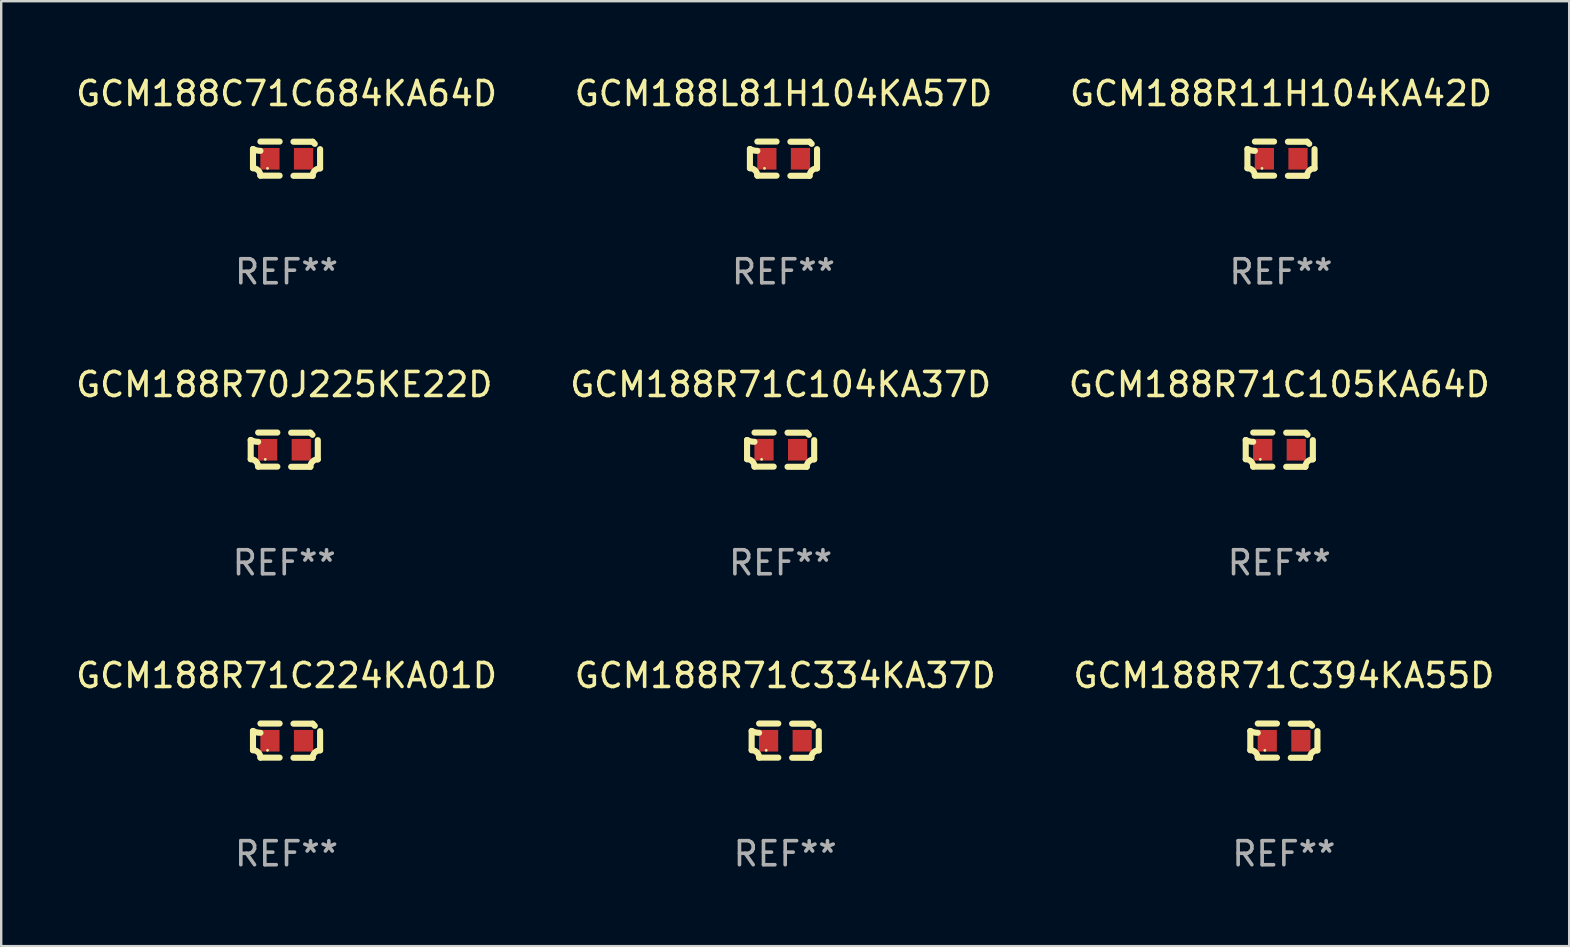
<source format=kicad_pcb>
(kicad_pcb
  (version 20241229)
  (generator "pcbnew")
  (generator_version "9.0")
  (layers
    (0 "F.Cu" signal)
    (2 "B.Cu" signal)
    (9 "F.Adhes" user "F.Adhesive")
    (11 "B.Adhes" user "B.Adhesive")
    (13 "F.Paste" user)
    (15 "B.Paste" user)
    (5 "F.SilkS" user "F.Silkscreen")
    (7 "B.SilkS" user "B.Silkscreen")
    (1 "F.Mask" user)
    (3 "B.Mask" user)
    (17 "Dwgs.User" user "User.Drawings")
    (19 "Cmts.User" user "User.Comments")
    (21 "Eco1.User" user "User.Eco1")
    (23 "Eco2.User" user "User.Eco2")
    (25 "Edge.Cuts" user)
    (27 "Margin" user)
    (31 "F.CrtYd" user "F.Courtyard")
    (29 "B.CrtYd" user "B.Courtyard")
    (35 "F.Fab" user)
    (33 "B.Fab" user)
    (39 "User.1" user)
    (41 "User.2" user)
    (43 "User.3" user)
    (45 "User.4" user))
  (footprint "GCM188C71C684KA64D"
    (layer "F.Cu")
    (at 8.887 3.561)
    (property "Reference" "GCM188C71C684KA64D" (at 0 -2.713 0) (layer "F.SilkS") (effects (font (size 1 1) (thickness 0.15))))
    (attr through_hole)
    (fp_line (start -1.398 -0.403) (end -1.398 0.397) (stroke (width 0.254) (type solid)) (layer "F.SilkS"))
    (fp_line (start -0.288 -0.713) (end -1.088 -0.713) (stroke (width 0.254) (type solid)) (layer "F.SilkS"))
    (fp_line (start -0.288 0.707) (end -1.088 0.707) (stroke (width 0.254) (type solid)) (layer "F.SilkS"))
    (fp_line (start 0.288 -0.707) (end 1.088 -0.707) (stroke (width 0.254) (type solid)) (layer "F.SilkS"))
    (fp_line (start 0.288 0.713) (end 1.088 0.713) (stroke (width 0.254) (type solid)) (layer "F.SilkS"))
    (fp_line (start 1.398 -0.397) (end 1.398 0.403) (stroke (width 0.254) (type solid)) (layer "F.SilkS"))
    (fp_arc (start -1.397789 0.397066) (mid -1.178701 0.487826) (end -1.08796 0.706922) (stroke (width 0.254001) (type solid)) (layer "F.SilkS"))
    (fp_arc (start -1.08796 -0.327176) (mid -1.247436 -0.346384) (end -1.39779 -0.402908) (stroke (width 0.254001) (type solid)) (layer "F.SilkS"))
    (fp_arc (start 1.087909 0.712738) (mid 1.178656 0.493655) (end 1.397739 0.402908) (stroke (width 0.254001) (type solid)) (layer "F.SilkS"))
    (fp_arc (start 1.175925 -0.618926) (mid 1.131917 -0.662923) (end 1.08791 -0.706922) (stroke (width 0.254001) (type solid)) (layer "F.SilkS"))
    (fp_circle (center -0.792 0.403) (end -0.762 0.403) (stroke (width 0.06) (type solid)) (fill no) (layer "F.SilkS"))
    (fp_text user "REF**" (at 0 4.713 0) (layer "F.Fab") (effects (font (size 1 1) (thickness 0.15))))
    (pad "1" smd rect (at -0.692 0.003) (size 0.8 0.9) (layers "F.Cu" "F.Mask" "F.Paste"))
    (pad "2" smd rect (at 0.708 0.003) (size 0.8 0.9) (layers "F.Cu" "F.Mask" "F.Paste")))
  (footprint "GCM188R71C224KA01D"
    (layer "F.Cu")
    (at 8.887 27.805)
    (property "Reference" "GCM188R71C224KA01D" (at 0 -2.713 0) (layer "F.SilkS") (effects (font (size 1 1) (thickness 0.15))))
    (attr through_hole)
    (fp_line (start -1.398 -0.403) (end -1.398 0.397) (stroke (width 0.254) (type solid)) (layer "F.SilkS"))
    (fp_line (start -0.288 -0.713) (end -1.088 -0.713) (stroke (width 0.254) (type solid)) (layer "F.SilkS"))
    (fp_line (start -0.288 0.707) (end -1.088 0.707) (stroke (width 0.254) (type solid)) (layer "F.SilkS"))
    (fp_line (start 0.288 -0.707) (end 1.088 -0.707) (stroke (width 0.254) (type solid)) (layer "F.SilkS"))
    (fp_line (start 0.288 0.713) (end 1.088 0.713) (stroke (width 0.254) (type solid)) (layer "F.SilkS"))
    (fp_line (start 1.398 -0.397) (end 1.398 0.403) (stroke (width 0.254) (type solid)) (layer "F.SilkS"))
    (fp_arc (start -1.397789 0.397066) (mid -1.178701 0.487826) (end -1.08796 0.706922) (stroke (width 0.254001) (type solid)) (layer "F.SilkS"))
    (fp_arc (start -1.08796 -0.327176) (mid -1.247436 -0.346384) (end -1.39779 -0.402908) (stroke (width 0.254001) (type solid)) (layer "F.SilkS"))
    (fp_arc (start 1.087909 0.712738) (mid 1.178656 0.493655) (end 1.397739 0.402908) (stroke (width 0.254001) (type solid)) (layer "F.SilkS"))
    (fp_arc (start 1.175925 -0.618926) (mid 1.131917 -0.662923) (end 1.08791 -0.706922) (stroke (width 0.254001) (type solid)) (layer "F.SilkS"))
    (fp_circle (center -0.792 0.403) (end -0.762 0.403) (stroke (width 0.06) (type solid)) (fill no) (layer "F.SilkS"))
    (fp_text user "REF**" (at 0 4.713 0) (layer "F.Fab") (effects (font (size 1 1) (thickness 0.15))))
    (pad "1" smd rect (at -0.692 0.003) (size 0.8 0.9) (layers "F.Cu" "F.Mask" "F.Paste"))
    (pad "2" smd rect (at 0.708 0.003) (size 0.8 0.9) (layers "F.Cu" "F.Mask" "F.Paste")))
  (footprint "GCM188L81H104KA57D"
    (layer "F.Cu")
    (at 29.589 3.561)
    (property "Reference" "GCM188L81H104KA57D" (at 0 -2.713 0) (layer "F.SilkS") (effects (font (size 1 1) (thickness 0.15))))
    (attr through_hole)
    (fp_line (start -1.398 -0.403) (end -1.398 0.397) (stroke (width 0.254) (type solid)) (layer "F.SilkS"))
    (fp_line (start -0.288 -0.713) (end -1.088 -0.713) (stroke (width 0.254) (type solid)) (layer "F.SilkS"))
    (fp_line (start -0.288 0.707) (end -1.088 0.707) (stroke (width 0.254) (type solid)) (layer "F.SilkS"))
    (fp_line (start 0.288 -0.707) (end 1.088 -0.707) (stroke (width 0.254) (type solid)) (layer "F.SilkS"))
    (fp_line (start 0.288 0.713) (end 1.088 0.713) (stroke (width 0.254) (type solid)) (layer "F.SilkS"))
    (fp_line (start 1.398 -0.397) (end 1.398 0.403) (stroke (width 0.254) (type solid)) (layer "F.SilkS"))
    (fp_arc (start -1.397789 0.397066) (mid -1.178701 0.487826) (end -1.08796 0.706922) (stroke (width 0.254001) (type solid)) (layer "F.SilkS"))
    (fp_arc (start -1.08796 -0.327176) (mid -1.247436 -0.346384) (end -1.39779 -0.402908) (stroke (width 0.254001) (type solid)) (layer "F.SilkS"))
    (fp_arc (start 1.087909 0.712738) (mid 1.178656 0.493655) (end 1.397739 0.402908) (stroke (width 0.254001) (type solid)) (layer "F.SilkS"))
    (fp_arc (start 1.175925 -0.618926) (mid 1.131917 -0.662923) (end 1.08791 -0.706922) (stroke (width 0.254001) (type solid)) (layer "F.SilkS"))
    (fp_circle (center -0.792 0.403) (end -0.762 0.403) (stroke (width 0.06) (type solid)) (fill no) (layer "F.SilkS"))
    (fp_text user "REF**" (at 0 4.713 0) (layer "F.Fab") (effects (font (size 1 1) (thickness 0.15))))
    (pad "1" smd rect (at -0.692 0.003) (size 0.8 0.9) (layers "F.Cu" "F.Mask" "F.Paste"))
    (pad "2" smd rect (at 0.708 0.003) (size 0.8 0.9) (layers "F.Cu" "F.Mask" "F.Paste")))
  (footprint "GCM188R71C104KA37D"
    (layer "F.Cu")
    (at 29.47 15.683)
    (property "Reference" "GCM188R71C104KA37D" (at 0 -2.713 0) (layer "F.SilkS") (effects (font (size 1 1) (thickness 0.15))))
    (attr through_hole)
    (fp_line (start -1.398 -0.403) (end -1.398 0.397) (stroke (width 0.254) (type solid)) (layer "F.SilkS"))
    (fp_line (start -0.288 -0.713) (end -1.088 -0.713) (stroke (width 0.254) (type solid)) (layer "F.SilkS"))
    (fp_line (start -0.288 0.707) (end -1.088 0.707) (stroke (width 0.254) (type solid)) (layer "F.SilkS"))
    (fp_line (start 0.288 -0.707) (end 1.088 -0.707) (stroke (width 0.254) (type solid)) (layer "F.SilkS"))
    (fp_line (start 0.288 0.713) (end 1.088 0.713) (stroke (width 0.254) (type solid)) (layer "F.SilkS"))
    (fp_line (start 1.398 -0.397) (end 1.398 0.403) (stroke (width 0.254) (type solid)) (layer "F.SilkS"))
    (fp_arc (start -1.397789 0.397066) (mid -1.178701 0.487826) (end -1.08796 0.706922) (stroke (width 0.254001) (type solid)) (layer "F.SilkS"))
    (fp_arc (start -1.08796 -0.327176) (mid -1.247436 -0.346384) (end -1.39779 -0.402908) (stroke (width 0.254001) (type solid)) (layer "F.SilkS"))
    (fp_arc (start 1.087909 0.712738) (mid 1.178656 0.493655) (end 1.397739 0.402908) (stroke (width 0.254001) (type solid)) (layer "F.SilkS"))
    (fp_arc (start 1.175925 -0.618926) (mid 1.131917 -0.662923) (end 1.08791 -0.706922) (stroke (width 0.254001) (type solid)) (layer "F.SilkS"))
    (fp_circle (center -0.792 0.403) (end -0.762 0.403) (stroke (width 0.06) (type solid)) (fill no) (layer "F.SilkS"))
    (fp_text user "REF**" (at 0 4.713 0) (layer "F.Fab") (effects (font (size 1 1) (thickness 0.15))))
    (pad "1" smd rect (at -0.692 0.003) (size 0.8 0.9) (layers "F.Cu" "F.Mask" "F.Paste"))
    (pad "2" smd rect (at 0.708 0.003) (size 0.8 0.9) (layers "F.Cu" "F.Mask" "F.Paste")))
  (footprint "GCM188R71C105KA64D"
    (layer "F.Cu")
    (at 50.244 15.683)
    (property "Reference" "GCM188R71C105KA64D" (at 0 -2.713 0) (layer "F.SilkS") (effects (font (size 1 1) (thickness 0.15))))
    (attr through_hole)
    (fp_line (start -1.398 -0.403) (end -1.398 0.397) (stroke (width 0.254) (type solid)) (layer "F.SilkS"))
    (fp_line (start -0.288 -0.713) (end -1.088 -0.713) (stroke (width 0.254) (type solid)) (layer "F.SilkS"))
    (fp_line (start -0.288 0.707) (end -1.088 0.707) (stroke (width 0.254) (type solid)) (layer "F.SilkS"))
    (fp_line (start 0.288 -0.707) (end 1.088 -0.707) (stroke (width 0.254) (type solid)) (layer "F.SilkS"))
    (fp_line (start 0.288 0.713) (end 1.088 0.713) (stroke (width 0.254) (type solid)) (layer "F.SilkS"))
    (fp_line (start 1.398 -0.397) (end 1.398 0.403) (stroke (width 0.254) (type solid)) (layer "F.SilkS"))
    (fp_arc (start -1.397789 0.397066) (mid -1.178701 0.487826) (end -1.08796 0.706922) (stroke (width 0.254001) (type solid)) (layer "F.SilkS"))
    (fp_arc (start -1.08796 -0.327176) (mid -1.247436 -0.346384) (end -1.39779 -0.402908) (stroke (width 0.254001) (type solid)) (layer "F.SilkS"))
    (fp_arc (start 1.087909 0.712738) (mid 1.178656 0.493655) (end 1.397739 0.402908) (stroke (width 0.254001) (type solid)) (layer "F.SilkS"))
    (fp_arc (start 1.175925 -0.618926) (mid 1.131917 -0.662923) (end 1.08791 -0.706922) (stroke (width 0.254001) (type solid)) (layer "F.SilkS"))
    (fp_circle (center -0.792 0.403) (end -0.762 0.403) (stroke (width 0.06) (type solid)) (fill no) (layer "F.SilkS"))
    (fp_text user "REF**" (at 0 4.713 0) (layer "F.Fab") (effects (font (size 1 1) (thickness 0.15))))
    (pad "1" smd rect (at -0.692 0.003) (size 0.8 0.9) (layers "F.Cu" "F.Mask" "F.Paste"))
    (pad "2" smd rect (at 0.708 0.003) (size 0.8 0.9) (layers "F.Cu" "F.Mask" "F.Paste")))
  (footprint "GCM188R71C334KA37D"
    (layer "F.Cu")
    (at 29.661 27.805)
    (property "Reference" "GCM188R71C334KA37D" (at 0 -2.713 0) (layer "F.SilkS") (effects (font (size 1 1) (thickness 0.15))))
    (attr through_hole)
    (fp_line (start -1.398 -0.403) (end -1.398 0.397) (stroke (width 0.254) (type solid)) (layer "F.SilkS"))
    (fp_line (start -0.288 -0.713) (end -1.088 -0.713) (stroke (width 0.254) (type solid)) (layer "F.SilkS"))
    (fp_line (start -0.288 0.707) (end -1.088 0.707) (stroke (width 0.254) (type solid)) (layer "F.SilkS"))
    (fp_line (start 0.288 -0.707) (end 1.088 -0.707) (stroke (width 0.254) (type solid)) (layer "F.SilkS"))
    (fp_line (start 0.288 0.713) (end 1.088 0.713) (stroke (width 0.254) (type solid)) (layer "F.SilkS"))
    (fp_line (start 1.398 -0.397) (end 1.398 0.403) (stroke (width 0.254) (type solid)) (layer "F.SilkS"))
    (fp_arc (start -1.397789 0.397066) (mid -1.178701 0.487826) (end -1.08796 0.706922) (stroke (width 0.254001) (type solid)) (layer "F.SilkS"))
    (fp_arc (start -1.08796 -0.327176) (mid -1.247436 -0.346384) (end -1.39779 -0.402908) (stroke (width 0.254001) (type solid)) (layer "F.SilkS"))
    (fp_arc (start 1.087909 0.712738) (mid 1.178656 0.493655) (end 1.397739 0.402908) (stroke (width 0.254001) (type solid)) (layer "F.SilkS"))
    (fp_arc (start 1.175925 -0.618926) (mid 1.131917 -0.662923) (end 1.08791 -0.706922) (stroke (width 0.254001) (type solid)) (layer "F.SilkS"))
    (fp_circle (center -0.792 0.403) (end -0.762 0.403) (stroke (width 0.06) (type solid)) (fill no) (layer "F.SilkS"))
    (fp_text user "REF**" (at 0 4.713 0) (layer "F.Fab") (effects (font (size 1 1) (thickness 0.15))))
    (pad "1" smd rect (at -0.692 0.003) (size 0.8 0.9) (layers "F.Cu" "F.Mask" "F.Paste"))
    (pad "2" smd rect (at 0.708 0.003) (size 0.8 0.9) (layers "F.Cu" "F.Mask" "F.Paste")))
  (footprint "GCM188R71C394KA55D"
    (layer "F.Cu")
    (at 50.435 27.805)
    (property "Reference" "GCM188R71C394KA55D" (at 0 -2.713 0) (layer "F.SilkS") (effects (font (size 1 1) (thickness 0.15))))
    (attr through_hole)
    (fp_line (start -1.398 -0.403) (end -1.398 0.397) (stroke (width 0.254) (type solid)) (layer "F.SilkS"))
    (fp_line (start -0.288 -0.713) (end -1.088 -0.713) (stroke (width 0.254) (type solid)) (layer "F.SilkS"))
    (fp_line (start -0.288 0.707) (end -1.088 0.707) (stroke (width 0.254) (type solid)) (layer "F.SilkS"))
    (fp_line (start 0.288 -0.707) (end 1.088 -0.707) (stroke (width 0.254) (type solid)) (layer "F.SilkS"))
    (fp_line (start 0.288 0.713) (end 1.088 0.713) (stroke (width 0.254) (type solid)) (layer "F.SilkS"))
    (fp_line (start 1.398 -0.397) (end 1.398 0.403) (stroke (width 0.254) (type solid)) (layer "F.SilkS"))
    (fp_arc (start -1.397789 0.397066) (mid -1.178701 0.487826) (end -1.08796 0.706922) (stroke (width 0.254001) (type solid)) (layer "F.SilkS"))
    (fp_arc (start -1.08796 -0.327176) (mid -1.247436 -0.346384) (end -1.39779 -0.402908) (stroke (width 0.254001) (type solid)) (layer "F.SilkS"))
    (fp_arc (start 1.087909 0.712738) (mid 1.178656 0.493655) (end 1.397739 0.402908) (stroke (width 0.254001) (type solid)) (layer "F.SilkS"))
    (fp_arc (start 1.175925 -0.618926) (mid 1.131917 -0.662923) (end 1.08791 -0.706922) (stroke (width 0.254001) (type solid)) (layer "F.SilkS"))
    (fp_circle (center -0.792 0.403) (end -0.762 0.403) (stroke (width 0.06) (type solid)) (fill no) (layer "F.SilkS"))
    (fp_text user "REF**" (at 0 4.713 0) (layer "F.Fab") (effects (font (size 1 1) (thickness 0.15))))
    (pad "1" smd rect (at -0.692 0.003) (size 0.8 0.9) (layers "F.Cu" "F.Mask" "F.Paste"))
    (pad "2" smd rect (at 0.708 0.003) (size 0.8 0.9) (layers "F.Cu" "F.Mask" "F.Paste")))
  (footprint "GCM188R70J225KE22D"
    (layer "F.Cu")
    (at 8.792 15.683)
    (property "Reference" "GCM188R70J225KE22D" (at 0 -2.713 0) (layer "F.SilkS") (effects (font (size 1 1) (thickness 0.15))))
    (attr through_hole)
    (fp_line (start -1.398 -0.403) (end -1.398 0.397) (stroke (width 0.254) (type solid)) (layer "F.SilkS"))
    (fp_line (start -0.288 -0.713) (end -1.088 -0.713) (stroke (width 0.254) (type solid)) (layer "F.SilkS"))
    (fp_line (start -0.288 0.707) (end -1.088 0.707) (stroke (width 0.254) (type solid)) (layer "F.SilkS"))
    (fp_line (start 0.288 -0.707) (end 1.088 -0.707) (stroke (width 0.254) (type solid)) (layer "F.SilkS"))
    (fp_line (start 0.288 0.713) (end 1.088 0.713) (stroke (width 0.254) (type solid)) (layer "F.SilkS"))
    (fp_line (start 1.398 -0.397) (end 1.398 0.403) (stroke (width 0.254) (type solid)) (layer "F.SilkS"))
    (fp_arc (start -1.397789 0.397066) (mid -1.178701 0.487826) (end -1.08796 0.706922) (stroke (width 0.254001) (type solid)) (layer "F.SilkS"))
    (fp_arc (start -1.08796 -0.327176) (mid -1.247436 -0.346384) (end -1.39779 -0.402908) (stroke (width 0.254001) (type solid)) (layer "F.SilkS"))
    (fp_arc (start 1.087909 0.712738) (mid 1.178656 0.493655) (end 1.397739 0.402908) (stroke (width 0.254001) (type solid)) (layer "F.SilkS"))
    (fp_arc (start 1.175925 -0.618926) (mid 1.131917 -0.662923) (end 1.08791 -0.706922) (stroke (width 0.254001) (type solid)) (layer "F.SilkS"))
    (fp_circle (center -0.792 0.403) (end -0.762 0.403) (stroke (width 0.06) (type solid)) (fill no) (layer "F.SilkS"))
    (fp_text user "REF**" (at 0 4.713 0) (layer "F.Fab") (effects (font (size 1 1) (thickness 0.15))))
    (pad "1" smd rect (at -0.692 0.003) (size 0.8 0.9) (layers "F.Cu" "F.Mask" "F.Paste"))
    (pad "2" smd rect (at 0.708 0.003) (size 0.8 0.9) (layers "F.Cu" "F.Mask" "F.Paste")))
  (footprint "GCM188R11H104KA42D"
    (layer "F.Cu")
    (at 50.315 3.561)
    (property "Reference" "GCM188R11H104KA42D" (at 0 -2.713 0) (layer "F.SilkS") (effects (font (size 1 1) (thickness 0.15))))
    (attr through_hole)
    (fp_line (start -1.398 -0.403) (end -1.398 0.397) (stroke (width 0.254) (type solid)) (layer "F.SilkS"))
    (fp_line (start -0.288 -0.713) (end -1.088 -0.713) (stroke (width 0.254) (type solid)) (layer "F.SilkS"))
    (fp_line (start -0.288 0.707) (end -1.088 0.707) (stroke (width 0.254) (type solid)) (layer "F.SilkS"))
    (fp_line (start 0.288 -0.707) (end 1.088 -0.707) (stroke (width 0.254) (type solid)) (layer "F.SilkS"))
    (fp_line (start 0.288 0.713) (end 1.088 0.713) (stroke (width 0.254) (type solid)) (layer "F.SilkS"))
    (fp_line (start 1.398 -0.397) (end 1.398 0.403) (stroke (width 0.254) (type solid)) (layer "F.SilkS"))
    (fp_arc (start -1.397789 0.397066) (mid -1.178701 0.487826) (end -1.08796 0.706922) (stroke (width 0.254001) (type solid)) (layer "F.SilkS"))
    (fp_arc (start -1.08796 -0.327176) (mid -1.247436 -0.346384) (end -1.39779 -0.402908) (stroke (width 0.254001) (type solid)) (layer "F.SilkS"))
    (fp_arc (start 1.087909 0.712738) (mid 1.178656 0.493655) (end 1.397739 0.402908) (stroke (width 0.254001) (type solid)) (layer "F.SilkS"))
    (fp_arc (start 1.175925 -0.618926) (mid 1.131917 -0.662923) (end 1.08791 -0.706922) (stroke (width 0.254001) (type solid)) (layer "F.SilkS"))
    (fp_circle (center -0.792 0.403) (end -0.762 0.403) (stroke (width 0.06) (type solid)) (fill no) (layer "F.SilkS"))
    (fp_text user "REF**" (at 0 4.713 0) (layer "F.Fab") (effects (font (size 1 1) (thickness 0.15))))
    (pad "1" smd rect (at -0.692 0.003) (size 0.8 0.9) (layers "F.Cu" "F.Mask" "F.Paste"))
    (pad "2" smd rect (at 0.708 0.003) (size 0.8 0.9) (layers "F.Cu" "F.Mask" "F.Paste")))
  (gr_rect
    (start -3 -3)
    (end 62.321 36.366)
    (stroke (width 0.1) (type default))
    (fill no)
    (layer "Edge.Cuts")))
</source>
